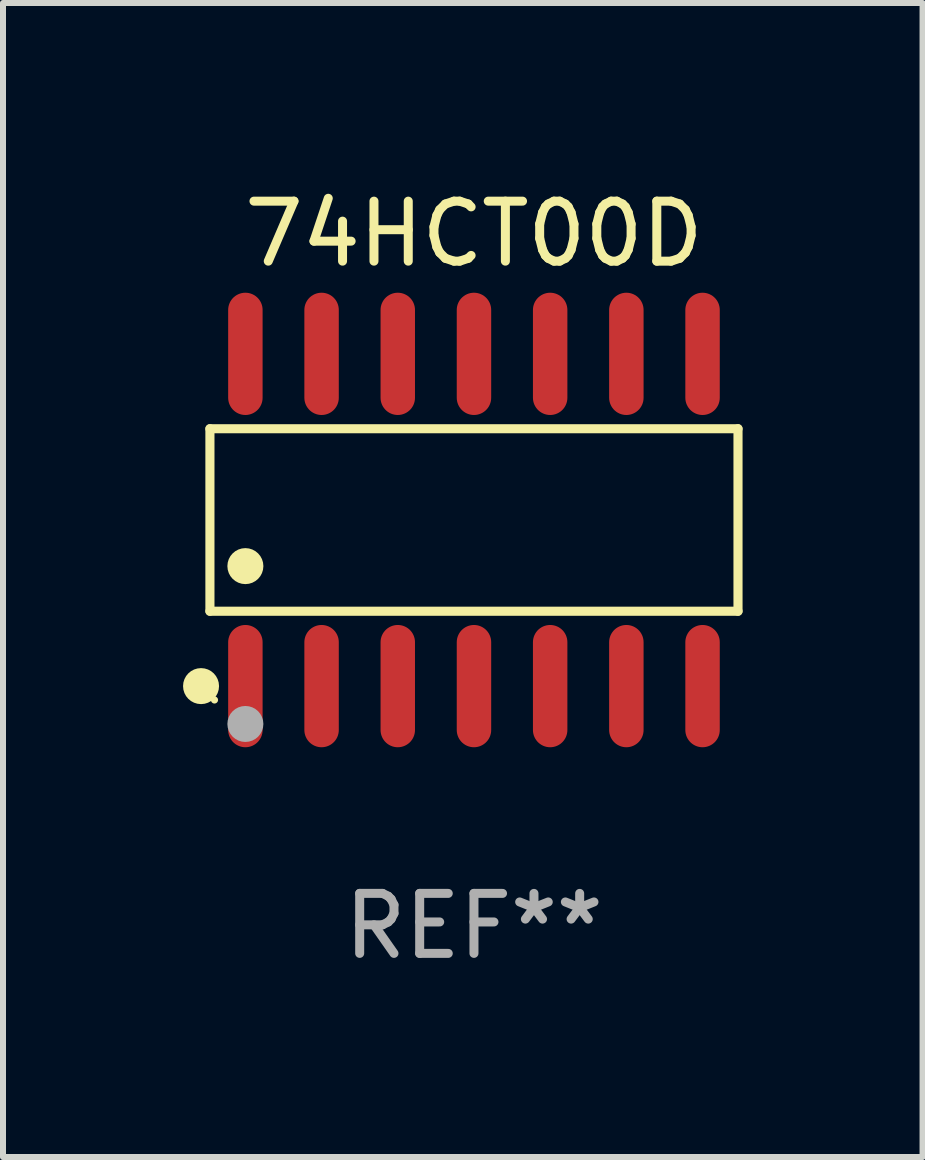
<source format=kicad_pcb>
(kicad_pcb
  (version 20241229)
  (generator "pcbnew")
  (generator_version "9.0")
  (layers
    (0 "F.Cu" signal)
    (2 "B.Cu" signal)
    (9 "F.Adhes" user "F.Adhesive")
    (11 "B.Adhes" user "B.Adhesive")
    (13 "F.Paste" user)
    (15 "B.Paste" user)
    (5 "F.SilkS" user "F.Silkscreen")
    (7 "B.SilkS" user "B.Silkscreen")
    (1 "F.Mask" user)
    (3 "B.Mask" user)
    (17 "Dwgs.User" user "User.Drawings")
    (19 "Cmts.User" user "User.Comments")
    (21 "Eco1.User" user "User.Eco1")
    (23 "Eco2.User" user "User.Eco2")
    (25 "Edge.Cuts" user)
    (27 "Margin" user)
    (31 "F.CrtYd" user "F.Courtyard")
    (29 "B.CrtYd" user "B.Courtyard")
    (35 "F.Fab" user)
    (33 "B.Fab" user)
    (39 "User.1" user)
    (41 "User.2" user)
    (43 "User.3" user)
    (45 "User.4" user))
  (footprint "74HCT00D"
    (layer "F.Cu")
    (at 4.85 5.617)
    (property "Reference" "74HCT00D" (at 0 -4.769 0) (layer "F.SilkS") (effects (font (size 1 1) (thickness 0.15))))
    (attr through_hole)
    (fp_line (start -4.401 -1.521) (end 4.401 -1.521) (stroke (width 0.152) (type solid)) (layer "F.SilkS"))
    (fp_line (start -4.401 1.521) (end -4.401 -1.521) (stroke (width 0.152) (type solid)) (layer "F.SilkS"))
    (fp_line (start 4.401 -1.521) (end 4.401 1.521) (stroke (width 0.152) (type solid)) (layer "F.SilkS"))
    (fp_line (start 4.401 1.521) (end -4.401 1.521) (stroke (width 0.152) (type solid)) (layer "F.SilkS"))
    (fp_circle (center -4.549 2.769) (end -4.399 2.769) (stroke (width 0.3) (type solid)) (fill no) (layer "F.SilkS"))
    (fp_circle (center -4.325 3) (end -4.295 3) (stroke (width 0.06) (type solid)) (fill no) (layer "F.SilkS"))
    (fp_circle (center -3.81 0.769) (end -3.66 0.769) (stroke (width 0.3) (type solid)) (fill no) (layer "F.SilkS"))
    (fp_circle (center -3.81 3.4) (end -3.66 3.4) (stroke (width 0.3) (type solid)) (fill no) (layer "F.Fab"))
    (fp_text user "REF**" (at 0 6.769 0) (layer "F.Fab") (effects (font (size 1 1) (thickness 0.15))))
    (pad "1" smd oval (at -3.81 2.769) (size 0.574 2.038) (layers "F.Cu" "F.Mask" "F.Paste"))
    (pad "2" smd oval (at -2.54 2.769) (size 0.574 2.038) (layers "F.Cu" "F.Mask" "F.Paste"))
    (pad "3" smd oval (at -1.27 2.769) (size 0.574 2.038) (layers "F.Cu" "F.Mask" "F.Paste"))
    (pad "4" smd oval (at 0 2.769) (size 0.574 2.038) (layers "F.Cu" "F.Mask" "F.Paste"))
    (pad "5" smd oval (at 1.27 2.769) (size 0.574 2.038) (layers "F.Cu" "F.Mask" "F.Paste"))
    (pad "6" smd oval (at 2.54 2.769) (size 0.574 2.038) (layers "F.Cu" "F.Mask" "F.Paste"))
    (pad "7" smd oval (at 3.81 2.769) (size 0.574 2.038) (layers "F.Cu" "F.Mask" "F.Paste"))
    (pad "8" smd oval (at 3.81 -2.769) (size 0.574 2.038) (layers "F.Cu" "F.Mask" "F.Paste"))
    (pad "9" smd oval (at 2.54 -2.769) (size 0.574 2.038) (layers "F.Cu" "F.Mask" "F.Paste"))
    (pad "10" smd oval (at 1.27 -2.769) (size 0.574 2.038) (layers "F.Cu" "F.Mask" "F.Paste"))
    (pad "11" smd oval (at 0 -2.769) (size 0.574 2.038) (layers "F.Cu" "F.Mask" "F.Paste"))
    (pad "12" smd oval (at -1.27 -2.769) (size 0.574 2.038) (layers "F.Cu" "F.Mask" "F.Paste"))
    (pad "13" smd oval (at -2.54 -2.769) (size 0.574 2.038) (layers "F.Cu" "F.Mask" "F.Paste"))
    (pad "14" smd oval (at -3.81 -2.769) (size 0.574 2.038) (layers "F.Cu" "F.Mask" "F.Paste")))
  (gr_rect
    (start -3 -3)
    (end 12.327 16.235)
    (stroke (width 0.1) (type default))
    (fill no)
    (layer "Edge.Cuts")))
</source>
